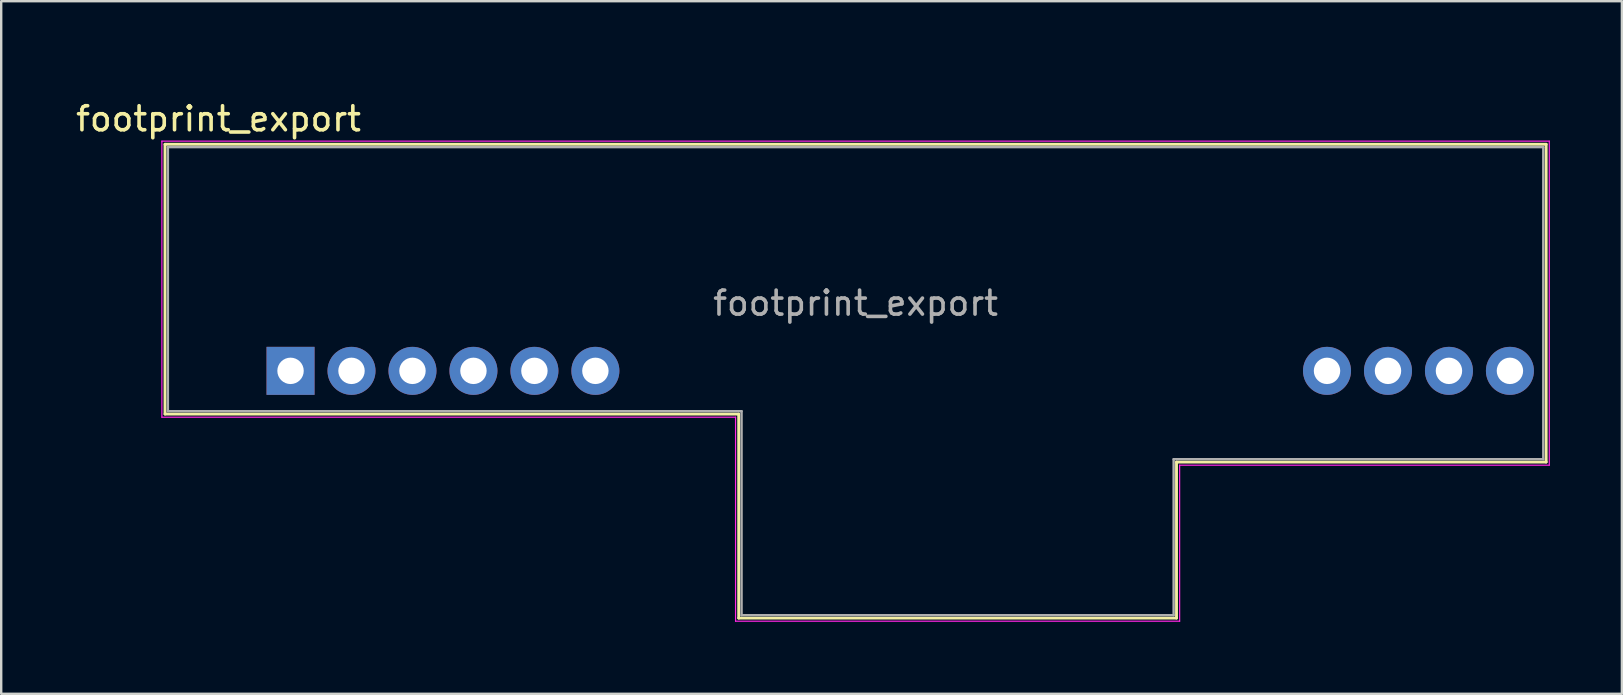
<source format=kicad_pcb>
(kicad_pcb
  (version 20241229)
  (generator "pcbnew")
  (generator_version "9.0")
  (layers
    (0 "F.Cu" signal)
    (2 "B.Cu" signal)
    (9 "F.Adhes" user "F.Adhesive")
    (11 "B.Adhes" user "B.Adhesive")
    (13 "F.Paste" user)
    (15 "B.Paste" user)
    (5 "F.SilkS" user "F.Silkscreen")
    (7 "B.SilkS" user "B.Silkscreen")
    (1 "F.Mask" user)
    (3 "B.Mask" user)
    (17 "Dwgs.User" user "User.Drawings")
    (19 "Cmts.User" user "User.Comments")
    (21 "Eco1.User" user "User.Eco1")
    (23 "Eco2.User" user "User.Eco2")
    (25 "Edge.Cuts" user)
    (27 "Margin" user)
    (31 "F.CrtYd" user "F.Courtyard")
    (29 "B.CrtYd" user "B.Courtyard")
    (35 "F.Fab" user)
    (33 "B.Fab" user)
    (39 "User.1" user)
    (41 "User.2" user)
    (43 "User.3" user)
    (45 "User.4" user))
  (footprint "footprint_export"
    (layer "F.Cu")
    (at 9.054 12.4)
    (property "Reference" "footprint_export" (at -3 -10.5 0) (unlocked yes) (layer "F.SilkS") (effects (font (size 1 1) (thickness 0.15))))
    (attr through_hole)
    (fp_line (start -5.23 -9.44) (end -5.23 1.8) (stroke (width 0.12) (type solid)) (layer "F.SilkS"))
    (fp_line (start -5.23 1.8) (end 18.67 1.8) (stroke (width 0.12) (type solid)) (layer "F.SilkS"))
    (fp_line (start 18.67 1.8) (end 18.67 10.3) (stroke (width 0.12) (type solid)) (layer "F.SilkS"))
    (fp_line (start 18.67 10.3) (end 36.91 10.3) (stroke (width 0.12) (type solid)) (layer "F.SilkS"))
    (fp_line (start 36.91 3.8) (end 52.31 3.8) (stroke (width 0.12) (type solid)) (layer "F.SilkS"))
    (fp_line (start 36.91 10.3) (end 36.91 3.8) (stroke (width 0.12) (type solid)) (layer "F.SilkS"))
    (fp_line (start 52.31 -9.44) (end -5.23 -9.44) (stroke (width 0.12) (type solid)) (layer "F.SilkS"))
    (fp_line (start 52.31 3.8) (end 52.31 -9.44) (stroke (width 0.12) (type solid)) (layer "F.SilkS"))
    (fp_line (start -5.36 -9.57) (end -5.36 1.93) (stroke (width 0.05) (type solid)) (layer "F.CrtYd"))
    (fp_line (start -5.36 1.93) (end 18.54 1.93) (stroke (width 0.05) (type solid)) (layer "F.CrtYd"))
    (fp_line (start 18.54 1.93) (end 18.54 10.43) (stroke (width 0.05) (type solid)) (layer "F.CrtYd"))
    (fp_line (start 18.54 10.43) (end 37.04 10.43) (stroke (width 0.05) (type solid)) (layer "F.CrtYd"))
    (fp_line (start 37.04 3.93) (end 52.44 3.93) (stroke (width 0.05) (type solid)) (layer "F.CrtYd"))
    (fp_line (start 37.04 10.43) (end 37.04 3.93) (stroke (width 0.05) (type solid)) (layer "F.CrtYd"))
    (fp_line (start 52.44 -9.57) (end -5.36 -9.57) (stroke (width 0.05) (type solid)) (layer "F.CrtYd"))
    (fp_line (start 52.44 3.93) (end 52.44 -9.57) (stroke (width 0.05) (type solid)) (layer "F.CrtYd"))
    (fp_line (start -5.11 -9.32) (end -5.11 1.68) (stroke (width 0.1) (type solid)) (layer "F.Fab"))
    (fp_line (start -5.11 1.68) (end 18.79 1.68) (stroke (width 0.1) (type solid)) (layer "F.Fab"))
    (fp_line (start 18.79 1.68) (end 18.79 10.18) (stroke (width 0.1) (type solid)) (layer "F.Fab"))
    (fp_line (start 18.79 10.18) (end 36.79 10.18) (stroke (width 0.1) (type solid)) (layer "F.Fab"))
    (fp_line (start 36.79 3.68) (end 52.19 3.68) (stroke (width 0.1) (type solid)) (layer "F.Fab"))
    (fp_line (start 36.79 10.18) (end 36.79 3.68) (stroke (width 0.1) (type solid)) (layer "F.Fab"))
    (fp_line (start 52.19 -9.32) (end -5.11 -9.32) (stroke (width 0.1) (type solid)) (layer "F.Fab"))
    (fp_line (start 52.19 3.68) (end 52.19 -9.32) (stroke (width 0.1) (type solid)) (layer "F.Fab"))
    (fp_text user "${REFERENCE}" (at 23.54 -2.82 0) (unlocked yes) (layer "F.Fab") (effects (font (size 1 1) (thickness 0.15))))
    (pad "1" thru_hole rect (at 0 0) (size 2 2) (drill 1.1) (layers "*.Cu" "*.Mask"))
    (pad "2" thru_hole circle (at 2.54 0) (size 2 2) (drill 1.1) (layers "*.Cu" "*.Mask"))
    (pad "3" thru_hole circle (at 5.08 0) (size 2 2) (drill 1.1) (layers "*.Cu" "*.Mask"))
    (pad "4" thru_hole circle (at 7.62 0) (size 2 2) (drill 1.1) (layers "*.Cu" "*.Mask"))
    (pad "5" thru_hole circle (at 10.16 0) (size 2 2) (drill 1.1) (layers "*.Cu" "*.Mask"))
    (pad "6" thru_hole circle (at 12.7 0) (size 2 2) (drill 1.1) (layers "*.Cu" "*.Mask"))
    (pad "7" thru_hole circle (at 43.18 0) (size 2 2) (drill 1.1) (layers "*.Cu" "*.Mask"))
    (pad "8" thru_hole circle (at 45.72 0) (size 2 2) (drill 1.1) (layers "*.Cu" "*.Mask"))
    (pad "9" thru_hole circle (at 48.26 0) (size 2 2) (drill 1.1) (layers "*.Cu" "*.Mask"))
    (pad "10" thru_hole circle (at 50.8 0) (size 2 2) (drill 1.1) (layers "*.Cu" "*.Mask"))
    (zone (net_name "") (layers "F.Cu" "F.Fab") (name "Isolation_Barrier") (hatch edge 0.508) (connect_pads) (min_thickness 0.254) (filled_areas_thickness no) (keepout (tracks not_allowed) (vias not_allowed) (pads not_allowed) (copperpour not_allowed) (footprints not_allowed)) (placement (enabled no)) (fill) (polygon (pts (xy 51.154 14.1) (xy 22.854 14.1) (xy 22.854 0) (xy 51.154 0)))))
  (gr_rect
    (start -3 -3)
    (end 64.519 25.855)
    (stroke (width 0.1) (type default))
    (fill no)
    (layer "Edge.Cuts")))
</source>
